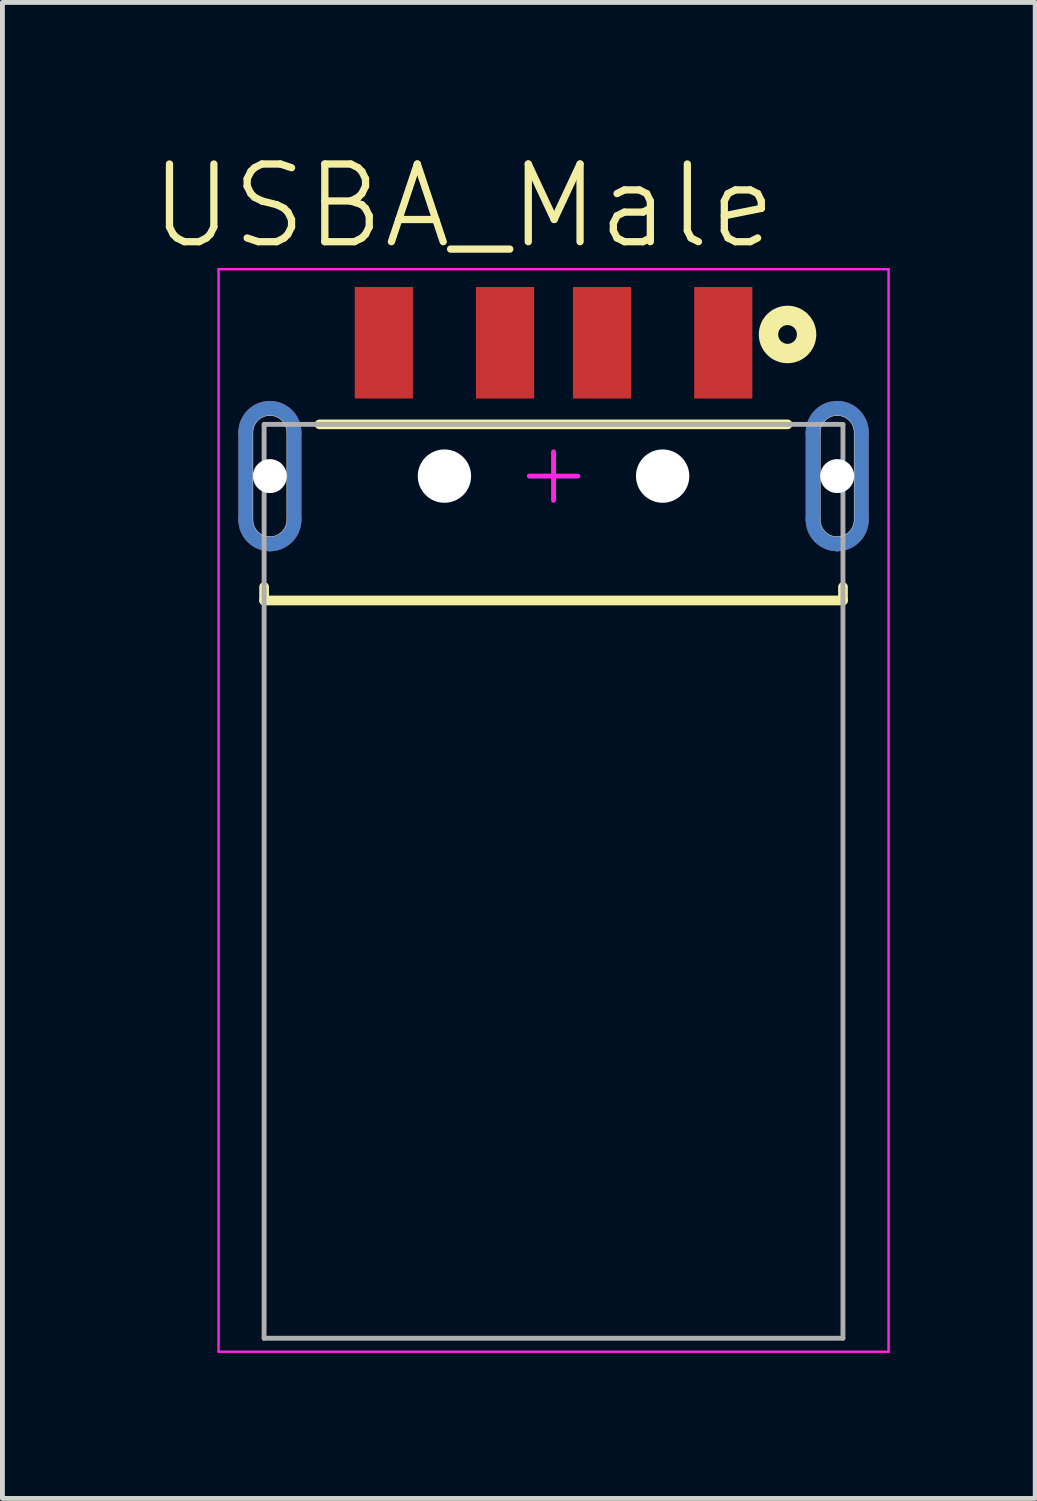
<source format=kicad_pcb>
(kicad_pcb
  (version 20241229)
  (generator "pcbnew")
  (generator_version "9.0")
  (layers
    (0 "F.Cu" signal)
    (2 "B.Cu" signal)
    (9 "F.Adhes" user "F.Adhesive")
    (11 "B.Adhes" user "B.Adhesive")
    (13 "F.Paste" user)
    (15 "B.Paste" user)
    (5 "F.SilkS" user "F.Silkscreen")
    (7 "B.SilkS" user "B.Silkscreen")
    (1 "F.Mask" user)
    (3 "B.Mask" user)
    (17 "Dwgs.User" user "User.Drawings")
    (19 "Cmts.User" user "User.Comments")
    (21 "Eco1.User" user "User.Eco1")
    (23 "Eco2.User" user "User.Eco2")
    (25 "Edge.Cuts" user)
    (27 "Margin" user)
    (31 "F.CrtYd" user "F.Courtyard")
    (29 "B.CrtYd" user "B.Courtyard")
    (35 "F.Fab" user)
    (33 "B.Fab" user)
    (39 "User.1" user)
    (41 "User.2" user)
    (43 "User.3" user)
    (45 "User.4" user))
  (footprint "USBA_Male"
    (layer "F.Cu")
    (at 8.366 6.769)
    (property "Reference" "USBA_Male" (at -1.856 -5.568 0) (layer "F.SilkS") (effects (font (size 1.602 1.602) (thickness 0.15))))
    (attr smd)
    (fp_line (start -6.35 0.9) (end -6.35 -0.9) (stroke (width 0.3) (type solid)) (layer "F.Cu"))
    (fp_line (start -5.35 -0.9) (end -5.35 0.9) (stroke (width 0.3) (type solid)) (layer "F.Cu"))
    (fp_line (start 5.35 0.9) (end 5.35 -0.9) (stroke (width 0.3) (type solid)) (layer "F.Cu"))
    (fp_line (start 6.35 -0.9) (end 6.35 0.9) (stroke (width 0.3) (type solid)) (layer "F.Cu"))
    (fp_arc (start -6.35 -0.9) (mid -6.203553 -1.253553) (end -5.85 -1.4) (stroke (width 0.3) (type solid)) (layer "F.Cu"))
    (fp_arc (start -5.85 -1.4) (mid -5.496447 -1.253553) (end -5.35 -0.9) (stroke (width 0.3) (type solid)) (layer "F.Cu"))
    (fp_arc (start -5.85 1.4) (mid -6.203553 1.253553) (end -6.35 0.9) (stroke (width 0.3) (type solid)) (layer "F.Cu"))
    (fp_arc (start -5.35 0.9) (mid -5.496447 1.253553) (end -5.85 1.4) (stroke (width 0.3) (type solid)) (layer "F.Cu"))
    (fp_arc (start 5.35 -0.9) (mid 5.496447 -1.253553) (end 5.85 -1.4) (stroke (width 0.3) (type solid)) (layer "F.Cu"))
    (fp_arc (start 5.85 -1.4) (mid 6.203553 -1.253553) (end 6.35 -0.9) (stroke (width 0.3) (type solid)) (layer "F.Cu"))
    (fp_arc (start 5.85 1.4) (mid 5.496447 1.253553) (end 5.35 0.9) (stroke (width 0.3) (type solid)) (layer "F.Cu"))
    (fp_arc (start 6.35 0.9) (mid 6.203553 1.253553) (end 5.85 1.4) (stroke (width 0.3) (type solid)) (layer "F.Cu"))
    (fp_poly (pts (xy -6.55 0.9) (xy -6.55 -0.9) (xy -6.549 -0.937) (xy -6.546 -0.973) (xy -6.541 -1.01) (xy -6.535 -1.046) (xy -6.526 -1.081) (xy -6.516 -1.116) (xy -6.504 -1.151) (xy -6.489 -1.185) (xy -6.474 -1.218) (xy -6.456 -1.25) (xy -6.437 -1.281) (xy -6.416 -1.311) (xy -6.394 -1.341) (xy -6.37 -1.368) (xy -6.345 -1.395) (xy -6.318 -1.42) (xy -6.291 -1.444) (xy -6.261 -1.466) (xy -6.231 -1.487) (xy -6.2 -1.506) (xy -6.168 -1.524) (xy -6.135 -1.539) (xy -6.101 -1.554) (xy -6.066 -1.566) (xy -6.031 -1.576) (xy -5.996 -1.585) (xy -5.96 -1.591) (xy -5.923 -1.596) (xy -5.887 -1.599) (xy -5.85 -1.6) (xy -5.813 -1.599) (xy -5.777 -1.596) (xy -5.74 -1.591) (xy -5.704 -1.585) (xy -5.669 -1.576) (xy -5.634 -1.566) (xy -5.599 -1.554) (xy -5.565 -1.539) (xy -5.532 -1.524) (xy -5.5 -1.506) (xy -5.469 -1.487) (xy -5.439 -1.466) (xy -5.409 -1.444) (xy -5.382 -1.42) (xy -5.355 -1.395) (xy -5.33 -1.368) (xy -5.306 -1.341) (xy -5.284 -1.311) (xy -5.263 -1.281) (xy -5.244 -1.25) (xy -5.226 -1.218) (xy -5.211 -1.185) (xy -5.196 -1.151) (xy -5.184 -1.116) (xy -5.174 -1.081) (xy -5.165 -1.046) (xy -5.159 -1.01) (xy -5.154 -0.973) (xy -5.151 -0.937) (xy -5.15 -0.9) (xy -5.15 0.9) (xy -5.151 0.937) (xy -5.154 0.973) (xy -5.159 1.01) (xy -5.165 1.046) (xy -5.174 1.081) (xy -5.184 1.116) (xy -5.196 1.151) (xy -5.211 1.185) (xy -5.226 1.218) (xy -5.244 1.25) (xy -5.263 1.281) (xy -5.284 1.311) (xy -5.306 1.341) (xy -5.33 1.368) (xy -5.355 1.395) (xy -5.382 1.42) (xy -5.409 1.444) (xy -5.439 1.466) (xy -5.469 1.487) (xy -5.5 1.506) (xy -5.532 1.524) (xy -5.565 1.539) (xy -5.599 1.554) (xy -5.634 1.566) (xy -5.669 1.576) (xy -5.704 1.585) (xy -5.74 1.591) (xy -5.777 1.596) (xy -5.813 1.599) (xy -5.85 1.6) (xy -5.887 1.599) (xy -5.923 1.596) (xy -5.96 1.591) (xy -5.996 1.585) (xy -6.031 1.576) (xy -6.066 1.566) (xy -6.101 1.554) (xy -6.135 1.539) (xy -6.168 1.524) (xy -6.2 1.506) (xy -6.231 1.487) (xy -6.261 1.466) (xy -6.291 1.444) (xy -6.318 1.42) (xy -6.345 1.395) (xy -6.37 1.368) (xy -6.394 1.341) (xy -6.416 1.311) (xy -6.437 1.281) (xy -6.456 1.25) (xy -6.474 1.218) (xy -6.489 1.185) (xy -6.504 1.151) (xy -6.516 1.116) (xy -6.526 1.081) (xy -6.535 1.046) (xy -6.541 1.01) (xy -6.546 0.973) (xy -6.549 0.937) (xy -6.55 0.9)) (stroke (width 0.001) (type solid)) (fill yes) (layer "F.Mask"))
    (fp_poly (pts (xy 5.15 0.9) (xy 5.15 -0.9) (xy 5.151 -0.937) (xy 5.154 -0.973) (xy 5.159 -1.01) (xy 5.165 -1.046) (xy 5.174 -1.081) (xy 5.184 -1.116) (xy 5.196 -1.151) (xy 5.211 -1.185) (xy 5.226 -1.218) (xy 5.244 -1.25) (xy 5.263 -1.281) (xy 5.284 -1.311) (xy 5.306 -1.341) (xy 5.33 -1.368) (xy 5.355 -1.395) (xy 5.382 -1.42) (xy 5.409 -1.444) (xy 5.439 -1.466) (xy 5.469 -1.487) (xy 5.5 -1.506) (xy 5.532 -1.524) (xy 5.565 -1.539) (xy 5.599 -1.554) (xy 5.634 -1.566) (xy 5.669 -1.576) (xy 5.704 -1.585) (xy 5.74 -1.591) (xy 5.777 -1.596) (xy 5.813 -1.599) (xy 5.85 -1.6) (xy 5.887 -1.599) (xy 5.923 -1.596) (xy 5.96 -1.591) (xy 5.996 -1.585) (xy 6.031 -1.576) (xy 6.066 -1.566) (xy 6.101 -1.554) (xy 6.135 -1.539) (xy 6.168 -1.524) (xy 6.2 -1.506) (xy 6.231 -1.487) (xy 6.261 -1.466) (xy 6.291 -1.444) (xy 6.318 -1.42) (xy 6.345 -1.395) (xy 6.37 -1.368) (xy 6.394 -1.341) (xy 6.416 -1.311) (xy 6.437 -1.281) (xy 6.456 -1.25) (xy 6.474 -1.218) (xy 6.489 -1.185) (xy 6.504 -1.151) (xy 6.516 -1.116) (xy 6.526 -1.081) (xy 6.535 -1.046) (xy 6.541 -1.01) (xy 6.546 -0.973) (xy 6.549 -0.937) (xy 6.55 -0.9) (xy 6.55 0.9) (xy 6.549 0.937) (xy 6.546 0.973) (xy 6.541 1.01) (xy 6.535 1.046) (xy 6.526 1.081) (xy 6.516 1.116) (xy 6.504 1.151) (xy 6.489 1.185) (xy 6.474 1.218) (xy 6.456 1.25) (xy 6.437 1.281) (xy 6.416 1.311) (xy 6.394 1.341) (xy 6.37 1.368) (xy 6.345 1.395) (xy 6.318 1.42) (xy 6.291 1.444) (xy 6.261 1.466) (xy 6.231 1.487) (xy 6.2 1.506) (xy 6.168 1.524) (xy 6.135 1.539) (xy 6.101 1.554) (xy 6.066 1.566) (xy 6.031 1.576) (xy 5.996 1.585) (xy 5.96 1.591) (xy 5.923 1.596) (xy 5.887 1.599) (xy 5.85 1.6) (xy 5.813 1.599) (xy 5.777 1.596) (xy 5.74 1.591) (xy 5.704 1.585) (xy 5.669 1.576) (xy 5.634 1.566) (xy 5.599 1.554) (xy 5.565 1.539) (xy 5.532 1.524) (xy 5.5 1.506) (xy 5.469 1.487) (xy 5.439 1.466) (xy 5.409 1.444) (xy 5.382 1.42) (xy 5.355 1.395) (xy 5.33 1.368) (xy 5.306 1.341) (xy 5.284 1.311) (xy 5.263 1.281) (xy 5.244 1.25) (xy 5.226 1.218) (xy 5.211 1.185) (xy 5.196 1.151) (xy 5.184 1.116) (xy 5.174 1.081) (xy 5.165 1.046) (xy 5.159 1.01) (xy 5.154 0.973) (xy 5.151 0.937) (xy 5.15 0.9)) (stroke (width 0.001) (type solid)) (fill yes) (layer "F.Mask"))
    (fp_line (start -6.35 0.9) (end -6.35 -0.9) (stroke (width 0.3) (type solid)) (layer "B.Cu"))
    (fp_line (start -5.35 -0.9) (end -5.35 0.9) (stroke (width 0.3) (type solid)) (layer "B.Cu"))
    (fp_line (start 5.35 0.9) (end 5.35 -0.9) (stroke (width 0.3) (type solid)) (layer "B.Cu"))
    (fp_line (start 6.35 -0.9) (end 6.35 0.9) (stroke (width 0.3) (type solid)) (layer "B.Cu"))
    (fp_arc (start -6.35 -0.9) (mid -6.203553 -1.253553) (end -5.85 -1.4) (stroke (width 0.3) (type solid)) (layer "B.Cu"))
    (fp_arc (start -5.85 -1.4) (mid -5.496447 -1.253553) (end -5.35 -0.9) (stroke (width 0.3) (type solid)) (layer "B.Cu"))
    (fp_arc (start -5.85 1.4) (mid -6.203553 1.253553) (end -6.35 0.9) (stroke (width 0.3) (type solid)) (layer "B.Cu"))
    (fp_arc (start -5.35 0.9) (mid -5.496447 1.253553) (end -5.85 1.4) (stroke (width 0.3) (type solid)) (layer "B.Cu"))
    (fp_arc (start 5.35 -0.9) (mid 5.496447 -1.253553) (end 5.85 -1.4) (stroke (width 0.3) (type solid)) (layer "B.Cu"))
    (fp_arc (start 5.85 -1.4) (mid 6.203553 -1.253553) (end 6.35 -0.9) (stroke (width 0.3) (type solid)) (layer "B.Cu"))
    (fp_arc (start 5.85 1.4) (mid 5.496447 1.253553) (end 5.35 0.9) (stroke (width 0.3) (type solid)) (layer "B.Cu"))
    (fp_arc (start 6.35 0.9) (mid 6.203553 1.253553) (end 5.85 1.4) (stroke (width 0.3) (type solid)) (layer "B.Cu"))
    (fp_poly (pts (xy -6.55 0.9) (xy -6.55 -0.9) (xy -6.549 -0.937) (xy -6.546 -0.973) (xy -6.541 -1.01) (xy -6.535 -1.046) (xy -6.526 -1.081) (xy -6.516 -1.116) (xy -6.504 -1.151) (xy -6.489 -1.185) (xy -6.474 -1.218) (xy -6.456 -1.25) (xy -6.437 -1.281) (xy -6.416 -1.311) (xy -6.394 -1.341) (xy -6.37 -1.368) (xy -6.345 -1.395) (xy -6.318 -1.42) (xy -6.291 -1.444) (xy -6.261 -1.466) (xy -6.231 -1.487) (xy -6.2 -1.506) (xy -6.168 -1.524) (xy -6.135 -1.539) (xy -6.101 -1.554) (xy -6.066 -1.566) (xy -6.031 -1.576) (xy -5.996 -1.585) (xy -5.96 -1.591) (xy -5.923 -1.596) (xy -5.887 -1.599) (xy -5.85 -1.6) (xy -5.813 -1.599) (xy -5.777 -1.596) (xy -5.74 -1.591) (xy -5.704 -1.585) (xy -5.669 -1.576) (xy -5.634 -1.566) (xy -5.599 -1.554) (xy -5.565 -1.539) (xy -5.532 -1.524) (xy -5.5 -1.506) (xy -5.469 -1.487) (xy -5.439 -1.466) (xy -5.409 -1.444) (xy -5.382 -1.42) (xy -5.355 -1.395) (xy -5.33 -1.368) (xy -5.306 -1.341) (xy -5.284 -1.311) (xy -5.263 -1.281) (xy -5.244 -1.25) (xy -5.226 -1.218) (xy -5.211 -1.185) (xy -5.196 -1.151) (xy -5.184 -1.116) (xy -5.174 -1.081) (xy -5.165 -1.046) (xy -5.159 -1.01) (xy -5.154 -0.973) (xy -5.151 -0.937) (xy -5.15 -0.9) (xy -5.15 0.9) (xy -5.151 0.937) (xy -5.154 0.973) (xy -5.159 1.01) (xy -5.165 1.046) (xy -5.174 1.081) (xy -5.184 1.116) (xy -5.196 1.151) (xy -5.211 1.185) (xy -5.226 1.218) (xy -5.244 1.25) (xy -5.263 1.281) (xy -5.284 1.311) (xy -5.306 1.341) (xy -5.33 1.368) (xy -5.355 1.395) (xy -5.382 1.42) (xy -5.409 1.444) (xy -5.439 1.466) (xy -5.469 1.487) (xy -5.5 1.506) (xy -5.532 1.524) (xy -5.565 1.539) (xy -5.599 1.554) (xy -5.634 1.566) (xy -5.669 1.576) (xy -5.704 1.585) (xy -5.74 1.591) (xy -5.777 1.596) (xy -5.813 1.599) (xy -5.85 1.6) (xy -5.887 1.599) (xy -5.923 1.596) (xy -5.96 1.591) (xy -5.996 1.585) (xy -6.031 1.576) (xy -6.066 1.566) (xy -6.101 1.554) (xy -6.135 1.539) (xy -6.168 1.524) (xy -6.2 1.506) (xy -6.231 1.487) (xy -6.261 1.466) (xy -6.291 1.444) (xy -6.318 1.42) (xy -6.345 1.395) (xy -6.37 1.368) (xy -6.394 1.341) (xy -6.416 1.311) (xy -6.437 1.281) (xy -6.456 1.25) (xy -6.474 1.218) (xy -6.489 1.185) (xy -6.504 1.151) (xy -6.516 1.116) (xy -6.526 1.081) (xy -6.535 1.046) (xy -6.541 1.01) (xy -6.546 0.973) (xy -6.549 0.937) (xy -6.55 0.9)) (stroke (width 0.001) (type solid)) (fill yes) (layer "B.Mask"))
    (fp_poly (pts (xy 5.15 0.9) (xy 5.15 -0.9) (xy 5.151 -0.937) (xy 5.154 -0.973) (xy 5.159 -1.01) (xy 5.165 -1.046) (xy 5.174 -1.081) (xy 5.184 -1.116) (xy 5.196 -1.151) (xy 5.211 -1.185) (xy 5.226 -1.218) (xy 5.244 -1.25) (xy 5.263 -1.281) (xy 5.284 -1.311) (xy 5.306 -1.341) (xy 5.33 -1.368) (xy 5.355 -1.395) (xy 5.382 -1.42) (xy 5.409 -1.444) (xy 5.439 -1.466) (xy 5.469 -1.487) (xy 5.5 -1.506) (xy 5.532 -1.524) (xy 5.565 -1.539) (xy 5.599 -1.554) (xy 5.634 -1.566) (xy 5.669 -1.576) (xy 5.704 -1.585) (xy 5.74 -1.591) (xy 5.777 -1.596) (xy 5.813 -1.599) (xy 5.85 -1.6) (xy 5.887 -1.599) (xy 5.923 -1.596) (xy 5.96 -1.591) (xy 5.996 -1.585) (xy 6.031 -1.576) (xy 6.066 -1.566) (xy 6.101 -1.554) (xy 6.135 -1.539) (xy 6.168 -1.524) (xy 6.2 -1.506) (xy 6.231 -1.487) (xy 6.261 -1.466) (xy 6.291 -1.444) (xy 6.318 -1.42) (xy 6.345 -1.395) (xy 6.37 -1.368) (xy 6.394 -1.341) (xy 6.416 -1.311) (xy 6.437 -1.281) (xy 6.456 -1.25) (xy 6.474 -1.218) (xy 6.489 -1.185) (xy 6.504 -1.151) (xy 6.516 -1.116) (xy 6.526 -1.081) (xy 6.535 -1.046) (xy 6.541 -1.01) (xy 6.546 -0.973) (xy 6.549 -0.937) (xy 6.55 -0.9) (xy 6.55 0.9) (xy 6.549 0.937) (xy 6.546 0.973) (xy 6.541 1.01) (xy 6.535 1.046) (xy 6.526 1.081) (xy 6.516 1.116) (xy 6.504 1.151) (xy 6.489 1.185) (xy 6.474 1.218) (xy 6.456 1.25) (xy 6.437 1.281) (xy 6.416 1.311) (xy 6.394 1.341) (xy 6.37 1.368) (xy 6.345 1.395) (xy 6.318 1.42) (xy 6.291 1.444) (xy 6.261 1.466) (xy 6.231 1.487) (xy 6.2 1.506) (xy 6.168 1.524) (xy 6.135 1.539) (xy 6.101 1.554) (xy 6.066 1.566) (xy 6.031 1.576) (xy 5.996 1.585) (xy 5.96 1.591) (xy 5.923 1.596) (xy 5.887 1.599) (xy 5.85 1.6) (xy 5.813 1.599) (xy 5.777 1.596) (xy 5.74 1.591) (xy 5.704 1.585) (xy 5.669 1.576) (xy 5.634 1.566) (xy 5.599 1.554) (xy 5.565 1.539) (xy 5.532 1.524) (xy 5.5 1.506) (xy 5.469 1.487) (xy 5.439 1.466) (xy 5.409 1.444) (xy 5.382 1.42) (xy 5.355 1.395) (xy 5.33 1.368) (xy 5.306 1.341) (xy 5.284 1.311) (xy 5.263 1.281) (xy 5.244 1.25) (xy 5.226 1.218) (xy 5.211 1.185) (xy 5.196 1.151) (xy 5.184 1.116) (xy 5.174 1.081) (xy 5.165 1.046) (xy 5.159 1.01) (xy 5.154 0.973) (xy 5.151 0.937) (xy 5.15 0.9)) (stroke (width 0.001) (type solid)) (fill yes) (layer "B.Mask"))
    (fp_line (start -5.969 2.565) (end -5.969 2.286) (stroke (width 0.2) (type solid)) (layer "F.SilkS"))
    (fp_line (start -5.969 2.565) (end 5.969 2.565) (stroke (width 0.2) (type solid)) (layer "F.SilkS"))
    (fp_line (start -4.826 -1.067) (end 4.826 -1.067) (stroke (width 0.2) (type solid)) (layer "F.SilkS"))
    (fp_line (start 5.969 2.565) (end 5.969 2.286) (stroke (width 0.2) (type solid)) (layer "F.SilkS"))
    (fp_circle (center 4.826 -2.921) (end 5.019 -2.921) (stroke (width 0.4) (type solid)) (fill no) (layer "F.SilkS"))
    (fp_line (start -6.35 0.9) (end -6.35 -0.9) (stroke (width 0.3) (type solid)) (layer "F.Paste"))
    (fp_line (start -5.35 -0.9) (end -5.35 0.9) (stroke (width 0.3) (type solid)) (layer "F.Paste"))
    (fp_line (start 5.35 0.9) (end 5.35 -0.9) (stroke (width 0.3) (type solid)) (layer "F.Paste"))
    (fp_line (start 6.35 -0.9) (end 6.35 0.9) (stroke (width 0.3) (type solid)) (layer "F.Paste"))
    (fp_arc (start -6.35 -0.9) (mid -6.203553 -1.253553) (end -5.85 -1.4) (stroke (width 0.3) (type solid)) (layer "F.Paste"))
    (fp_arc (start -5.85 -1.4) (mid -5.496447 -1.253553) (end -5.35 -0.9) (stroke (width 0.3) (type solid)) (layer "F.Paste"))
    (fp_arc (start -5.85 1.4) (mid -6.203553 1.253553) (end -6.35 0.9) (stroke (width 0.3) (type solid)) (layer "F.Paste"))
    (fp_arc (start -5.35 0.9) (mid -5.496447 1.253553) (end -5.85 1.4) (stroke (width 0.3) (type solid)) (layer "F.Paste"))
    (fp_arc (start 5.35 -0.9) (mid 5.496447 -1.253553) (end 5.85 -1.4) (stroke (width 0.3) (type solid)) (layer "F.Paste"))
    (fp_arc (start 5.85 -1.4) (mid 6.203553 -1.253553) (end 6.35 -0.9) (stroke (width 0.3) (type solid)) (layer "F.Paste"))
    (fp_arc (start 5.85 1.4) (mid 5.496447 1.253553) (end 5.35 0.9) (stroke (width 0.3) (type solid)) (layer "F.Paste"))
    (fp_arc (start 6.35 0.9) (mid 6.203553 1.253553) (end 5.85 1.4) (stroke (width 0.3) (type solid)) (layer "F.Paste"))
    (fp_line (start -6.35 0.9) (end -6.35 -0.9) (stroke (width 0.3) (type solid)) (layer "B.Paste"))
    (fp_line (start -5.35 -0.9) (end -5.35 0.9) (stroke (width 0.3) (type solid)) (layer "B.Paste"))
    (fp_line (start 5.35 0.9) (end 5.35 -0.9) (stroke (width 0.3) (type solid)) (layer "B.Paste"))
    (fp_line (start 6.35 -0.9) (end 6.35 0.9) (stroke (width 0.3) (type solid)) (layer "B.Paste"))
    (fp_arc (start -6.35 -0.9) (mid -6.203553 -1.253553) (end -5.85 -1.4) (stroke (width 0.3) (type solid)) (layer "B.Paste"))
    (fp_arc (start -5.85 -1.4) (mid -5.496447 -1.253553) (end -5.35 -0.9) (stroke (width 0.3) (type solid)) (layer "B.Paste"))
    (fp_arc (start -5.85 1.4) (mid -6.203553 1.253553) (end -6.35 0.9) (stroke (width 0.3) (type solid)) (layer "B.Paste"))
    (fp_arc (start -5.35 0.9) (mid -5.496447 1.253553) (end -5.85 1.4) (stroke (width 0.3) (type solid)) (layer "B.Paste"))
    (fp_arc (start 5.35 -0.9) (mid 5.496447 -1.253553) (end 5.85 -1.4) (stroke (width 0.3) (type solid)) (layer "B.Paste"))
    (fp_arc (start 5.85 -1.4) (mid 6.203553 -1.253553) (end 6.35 -0.9) (stroke (width 0.3) (type solid)) (layer "B.Paste"))
    (fp_arc (start 5.85 1.4) (mid 5.496447 1.253553) (end 5.35 0.9) (stroke (width 0.3) (type solid)) (layer "B.Paste"))
    (fp_arc (start 6.35 0.9) (mid 6.203553 1.253553) (end 5.85 1.4) (stroke (width 0.3) (type solid)) (layer "B.Paste"))
    (fp_line (start -6.2 0.9) (end -6.2 -0.9) (stroke (width 0.01) (type solid)) (layer "Edge.Cuts"))
    (fp_line (start -5.5 -0.9) (end -5.5 0.9) (stroke (width 0.01) (type solid)) (layer "Edge.Cuts"))
    (fp_line (start 5.5 0.9) (end 5.5 -0.9) (stroke (width 0.01) (type solid)) (layer "Edge.Cuts"))
    (fp_line (start 6.2 -0.9) (end 6.2 0.9) (stroke (width 0.01) (type solid)) (layer "Edge.Cuts"))
    (fp_arc (start -6.2 -0.9) (mid -6.097487 -1.147487) (end -5.85 -1.25) (stroke (width 0.01) (type solid)) (layer "Edge.Cuts"))
    (fp_arc (start -5.85 -1.25) (mid -5.602513 -1.147487) (end -5.5 -0.9) (stroke (width 0.01) (type solid)) (layer "Edge.Cuts"))
    (fp_arc (start -5.85 1.25) (mid -6.097487 1.147487) (end -6.2 0.9) (stroke (width 0.01) (type solid)) (layer "Edge.Cuts"))
    (fp_arc (start -5.5 0.9) (mid -5.602513 1.147487) (end -5.85 1.25) (stroke (width 0.01) (type solid)) (layer "Edge.Cuts"))
    (fp_arc (start 5.5 -0.9) (mid 5.602513 -1.147487) (end 5.85 -1.25) (stroke (width 0.01) (type solid)) (layer "Edge.Cuts"))
    (fp_arc (start 5.85 -1.25) (mid 6.097487 -1.147487) (end 6.2 -0.9) (stroke (width 0.01) (type solid)) (layer "Edge.Cuts"))
    (fp_arc (start 5.85 1.25) (mid 5.602513 1.147487) (end 5.5 0.9) (stroke (width 0.01) (type solid)) (layer "Edge.Cuts"))
    (fp_arc (start 6.2 0.9) (mid 6.097487 1.147487) (end 5.85 1.25) (stroke (width 0.01) (type solid)) (layer "Edge.Cuts"))
    (fp_line (start -6.909 -4.267) (end 6.909 -4.267) (stroke (width 0.05) (type solid)) (layer "F.CrtYd"))
    (fp_line (start -6.909 18.059) (end -6.909 -4.267) (stroke (width 0.05) (type solid)) (layer "F.CrtYd"))
    (fp_line (start -6.909 18.059) (end 6.909 18.059) (stroke (width 0.05) (type solid)) (layer "F.CrtYd"))
    (fp_line (start -0.5 0) (end 0.5 0) (stroke (width 0.1) (type solid)) (layer "F.CrtYd"))
    (fp_line (start 0 0.5) (end 0 -0.5) (stroke (width 0.1) (type solid)) (layer "F.CrtYd"))
    (fp_line (start 6.909 18.059) (end 6.909 -4.267) (stroke (width 0.05) (type solid)) (layer "F.CrtYd"))
    (fp_line (start -5.969 -1.067) (end 5.969 -1.067) (stroke (width 0.1) (type solid)) (layer "F.Fab"))
    (fp_line (start -5.969 17.78) (end -5.969 -1.066) (stroke (width 0.1) (type solid)) (layer "F.Fab"))
    (fp_line (start -5.969 17.78) (end 5.969 17.78) (stroke (width 0.1) (type solid)) (layer "F.Fab"))
    (fp_line (start 5.969 17.78) (end 5.969 -1.066) (stroke (width 0.1) (type solid)) (layer "F.Fab"))
    (pad "" np_thru_hole circle (at -5.85 0) (size 0.7 0.7) (drill 0.7) (layers "*.Cu" "*.Mask"))
    (pad "" np_thru_hole circle (at -2.25 0) (size 1.1 1.1) (drill 1.1) (layers "*.Cu" "*.Mask"))
    (pad "" np_thru_hole circle (at 2.25 0) (size 1.1 1.1) (drill 1.1) (layers "*.Cu" "*.Mask"))
    (pad "" np_thru_hole circle (at 5.85 0) (size 0.7 0.7) (drill 0.7) (layers "*.Cu" "*.Mask"))
    (pad "1" smd rect (at 3.5 -2.75) (size 1.2 2.3) (layers "F.Cu" "F.Mask" "F.Paste"))
    (pad "2" smd rect (at 1 -2.75) (size 1.2 2.3) (layers "F.Cu" "F.Mask" "F.Paste"))
    (pad "3" smd rect (at -1 -2.75) (size 1.2 2.3) (layers "F.Cu" "F.Mask" "F.Paste"))
    (pad "4" smd rect (at -3.5 -2.75) (size 1.2 2.3) (layers "F.Cu" "F.Mask" "F.Paste"))
    (pad "5" smd rect (at -5.85 -1.4) (size 0.2 0.2) (layers "F.Cu"))
    (pad "6" smd rect (at 5.85 -1.4) (size 0.2 0.2) (layers "F.Cu")))
  (gr_rect
    (start -3 -3)
    (end 18.3 27.853)
    (stroke (width 0.1) (type default))
    (fill no)
    (layer "Edge.Cuts")))
</source>
